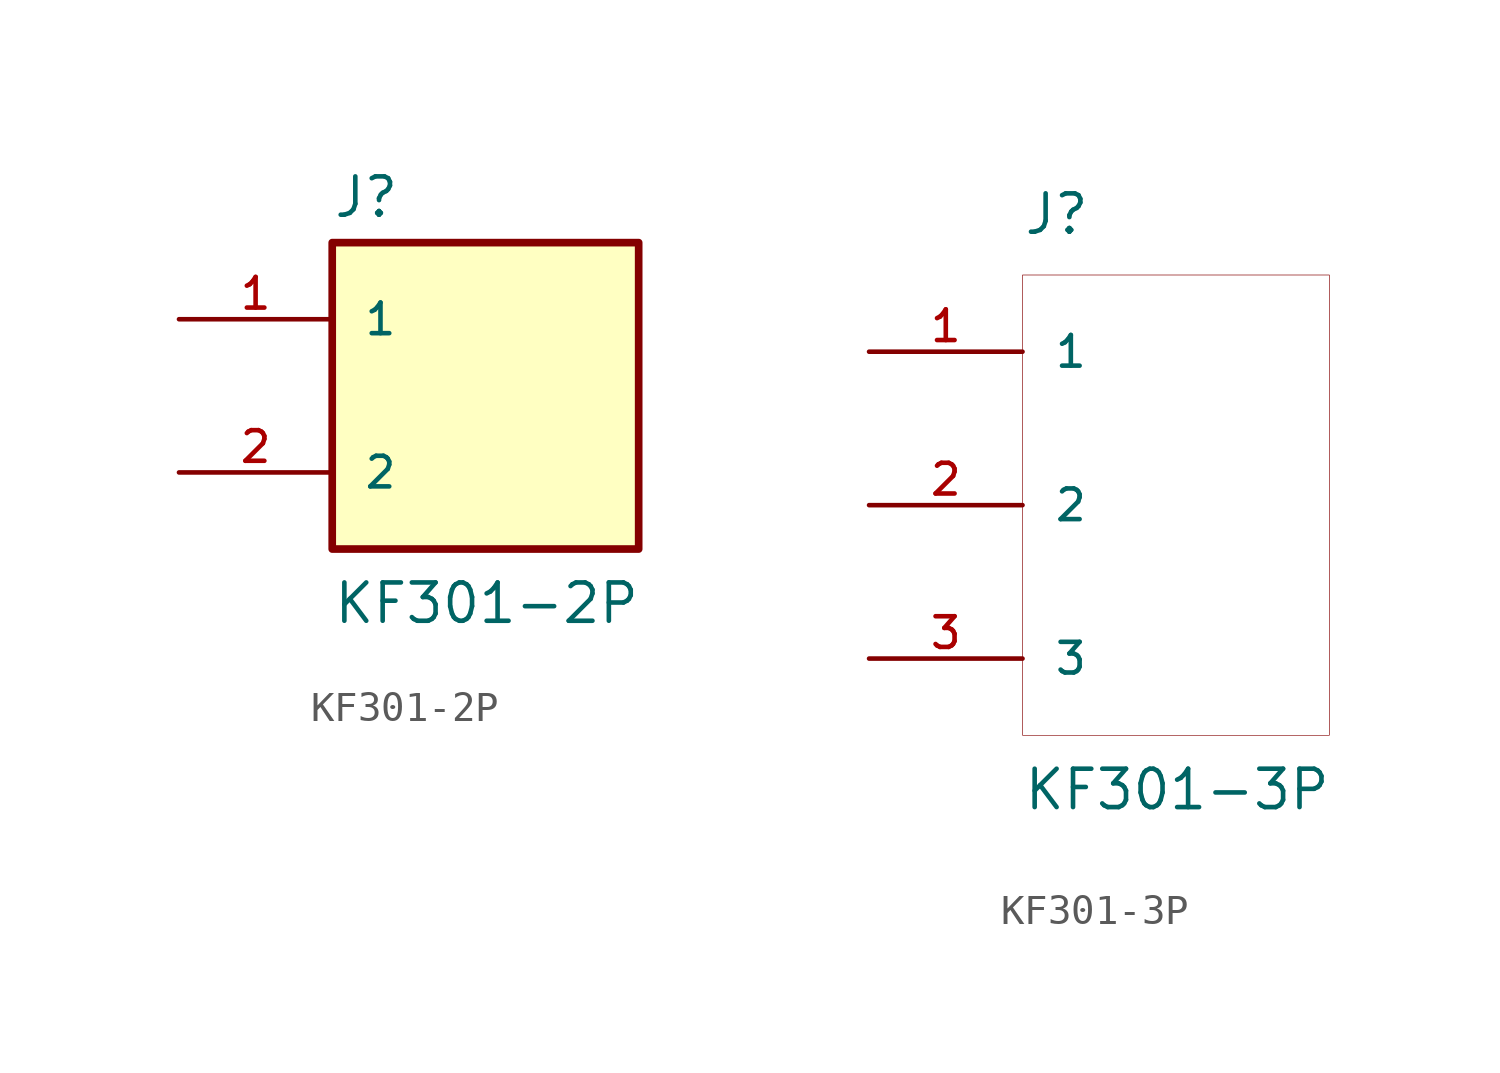
<source format=kicad_sym>
(kicad_symbol_lib
  (version 20201005)
  (generator kicad_symbol_editor)
  (symbol "KF301:KF301-2P"
    (pin_names
      (offset 1.016))
    (property "Reference" "J"
      (at -5.08 5.842 0)
      (effects (font (size 1.27 1.27)) (justify left bottom)))
    (property "Value" "KF301-2P"
      (at -5.08 -7.62 0)
      (effects (font (size 1.27 1.27)) (justify left bottom)))
    (symbol "KF301-2P_0_0"
      (rectangle (start -5.08 -5.08) (end 5.08 5.08) (stroke (width 0.254)) (fill (type background)))
      (pin passive line (at -10.16 2.54 0) (length 5.08) (name "1" (effects (font (size 1.016 1.016)))) (number "1" (effects (font (size 1.016 1.016)))))
      (pin passive line (at -10.16 -2.54 0) (length 5.08) (name "2" (effects (font (size 1.016 1.016)))) (number "2" (effects (font (size 1.016 1.016)))))))
  (symbol "KF301:KF301-3P"
    (pin_names
      (offset 1.016))
    (property "Reference" "J"
      (at -5.08 8.89 0)
      (effects (font (size 1.27 1.27)) (justify left bottom)))
    (property "Value" "KF301-3P"
      (at -5.08 -10.16 0)
      (effects (font (size 1.27 1.27)) (justify left bottom)))
    (symbol "KF301-3P_0_0"
      (pin passive line (at -10.16 5.08 0) (length 5.08) (name "1" (effects (font (size 1.016 1.016)))) (number "1" (effects (font (size 1.016 1.016)))))
      (pin passive line (at -10.16 0 0) (length 5.08) (name "2" (effects (font (size 1.016 1.016)))) (number "2" (effects (font (size 1.016 1.016)))))
      (pin passive line (at -10.16 -5.08 0) (length 5.08) (name "3" (effects (font (size 1.016 1.016)))) (number "3" (effects (font (size 1.016 1.016))))))
    (symbol "KF301-3P_0_1"
      (rectangle (start -5.08 7.62) (end 5.08 -7.62) (stroke (width 0.001)) (fill (type none))))))
</source>
